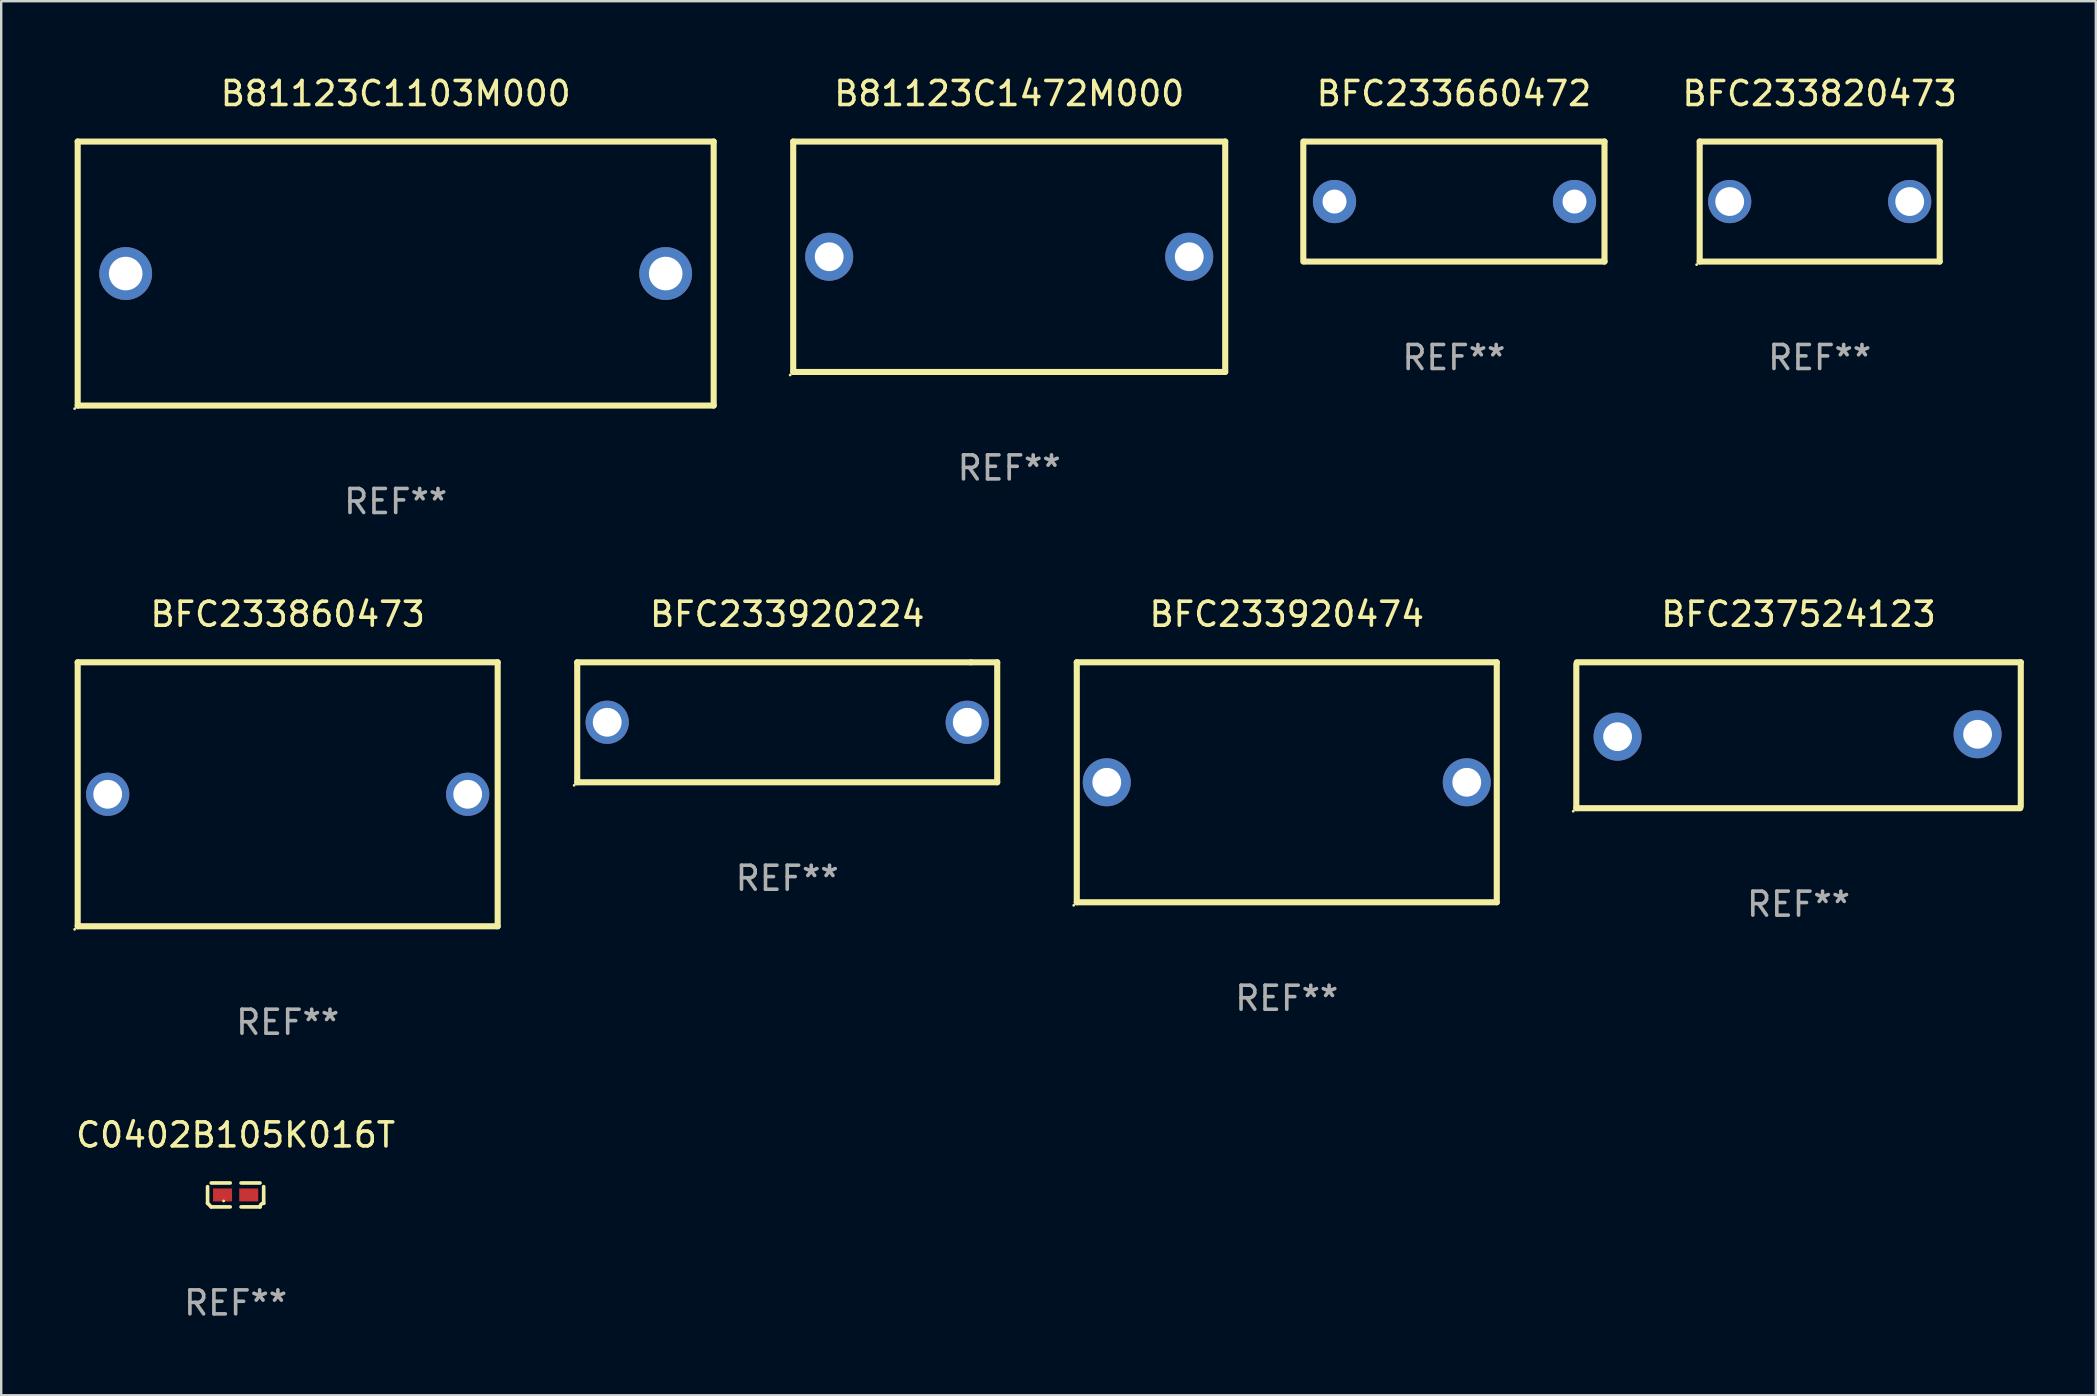
<source format=kicad_pcb>
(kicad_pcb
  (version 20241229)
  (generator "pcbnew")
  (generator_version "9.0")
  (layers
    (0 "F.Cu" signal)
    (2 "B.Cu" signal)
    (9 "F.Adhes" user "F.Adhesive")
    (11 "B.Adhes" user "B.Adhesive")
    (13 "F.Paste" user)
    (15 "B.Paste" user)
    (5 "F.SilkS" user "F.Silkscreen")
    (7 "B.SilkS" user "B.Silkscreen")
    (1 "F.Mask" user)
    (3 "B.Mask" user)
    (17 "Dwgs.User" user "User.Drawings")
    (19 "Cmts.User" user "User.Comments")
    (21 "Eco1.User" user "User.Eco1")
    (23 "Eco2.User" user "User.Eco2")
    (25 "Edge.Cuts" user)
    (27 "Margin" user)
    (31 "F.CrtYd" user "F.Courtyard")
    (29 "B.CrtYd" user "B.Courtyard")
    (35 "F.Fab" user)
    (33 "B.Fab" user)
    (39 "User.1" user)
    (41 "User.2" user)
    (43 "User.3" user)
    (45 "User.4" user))
  (footprint "BFC233860473"
    (layer "F.Cu")
    (at 8.937 30.045)
    (property "Reference" "BFC233860473" (at 0 -7.5 0) (layer "F.SilkS") (effects (font (size 1 1) (thickness 0.15))))
    (attr through_hole)
    (fp_line (start -8.75 -5.5) (end 8.75 -5.5) (stroke (width 0.254) (type solid)) (layer "F.SilkS"))
    (fp_line (start -8.75 5.5) (end -8.75 -5.5) (stroke (width 0.254) (type solid)) (layer "F.SilkS"))
    (fp_line (start 8.75 -5.5) (end 8.75 5.5) (stroke (width 0.254) (type solid)) (layer "F.SilkS"))
    (fp_line (start 8.75 5.5) (end -8.75 5.5) (stroke (width 0.254) (type solid)) (layer "F.SilkS"))
    (fp_circle (center -8.877 5.627) (end -8.847 5.627) (stroke (width 0.06) (type solid)) (fill no) (layer "F.SilkS"))
    (fp_text user "REF**" (at 0 9.5 0) (layer "F.Fab") (effects (font (size 1 1) (thickness 0.15))))
    (pad "1" thru_hole circle (at -7.5 0) (size 1.8 1.8) (drill 1.2) (layers "*.Cu" "*.Mask"))
    (pad "2" thru_hole circle (at 7.5 0) (size 1.8 1.8) (drill 1.2) (layers "*.Cu" "*.Mask")))
  (footprint "C0402B105K016T"
    (layer "F.Cu")
    (at 6.768 46.74)
    (property "Reference" "C0402B105K016T" (at 0 -2.499 0) (layer "F.SilkS") (effects (font (size 1 1) (thickness 0.15))))
    (attr through_hole)
    (fp_line (start -1.169 0.346) (end -1.169 -0.346) (stroke (width 0.152) (type solid)) (layer "F.SilkS"))
    (fp_line (start -1.016 -0.499) (end -0.226 -0.499) (stroke (width 0.152) (type solid)) (layer "F.SilkS"))
    (fp_line (start -0.226 0.499) (end -1.016 0.499) (stroke (width 0.152) (type solid)) (layer "F.SilkS"))
    (fp_line (start 0.226 0.499) (end 1.016 0.499) (stroke (width 0.152) (type solid)) (layer "F.SilkS"))
    (fp_line (start 1.016 -0.499) (end 0.226 -0.499) (stroke (width 0.152) (type solid)) (layer "F.SilkS"))
    (fp_line (start 1.169 0.346) (end 1.169 -0.346) (stroke (width 0.152) (type solid)) (layer "F.SilkS"))
    (fp_arc (start -1.016307 0.498603) (mid -1.092512 0.422405) (end -1.16871 0.3462) (stroke (width 0.1524) (type solid)) (layer "F.SilkS"))
    (fp_arc (start 1.016307 0.498603) (mid 1.060899 0.390758) (end 1.168707 0.346076) (stroke (width 0.1524) (type solid)) (layer "F.SilkS"))
    (fp_circle (center -0.5 0.25) (end -0.47 0.25) (stroke (width 0.06) (type solid)) (fill no) (layer "F.SilkS"))
    (fp_text user "REF**" (at 0 4.499 0) (layer "F.Fab") (effects (font (size 1 1) (thickness 0.15))))
    (pad "1" smd rect (at -0.545 0) (size 0.79 0.54) (layers "F.Cu" "F.Mask" "F.Paste"))
    (pad "2" smd rect (at 0.545 0) (size 0.79 0.54) (layers "F.Cu" "F.Mask" "F.Paste")))
  (footprint "BFC233820473"
    (layer "F.Cu")
    (at 72.771 5.348)
    (property "Reference" "BFC233820473" (at 0 -4.5 0) (layer "F.SilkS") (effects (font (size 1 1) (thickness 0.15))))
    (attr through_hole)
    (fp_line (start -5 -2.5) (end 5 -2.5) (stroke (width 0.254) (type solid)) (layer "F.SilkS"))
    (fp_line (start -5 2.5) (end -5 -2.5) (stroke (width 0.254) (type solid)) (layer "F.SilkS"))
    (fp_line (start 5 -2.5) (end 5 2.5) (stroke (width 0.254) (type solid)) (layer "F.SilkS"))
    (fp_line (start 5 2.5) (end -5 2.5) (stroke (width 0.254) (type solid)) (layer "F.SilkS"))
    (fp_circle (center -5.127 2.627) (end -5.097 2.627) (stroke (width 0.06) (type solid)) (fill no) (layer "F.SilkS"))
    (fp_text user "REF**" (at 0 6.5 0) (layer "F.Fab") (effects (font (size 1 1) (thickness 0.15))))
    (pad "1" thru_hole circle (at -3.75 0) (size 1.8 1.8) (drill 1.2) (layers "*.Cu" "*.Mask"))
    (pad "2" thru_hole circle (at 3.75 0) (size 1.8 1.8) (drill 1.2) (layers "*.Cu" "*.Mask")))
  (footprint "BFC237524123"
    (layer "F.Cu")
    (at 71.89 27.585)
    (property "Reference" "BFC237524123" (at 0 -5.04 0) (layer "F.SilkS") (effects (font (size 1 1) (thickness 0.15))))
    (attr through_hole)
    (fp_line (start -9.26 3.04) (end -9.26 -2.96) (stroke (width 0.254) (type solid)) (layer "F.SilkS"))
    (fp_line (start -9.24 -3.04) (end 9.26 -3.04) (stroke (width 0.254) (type solid)) (layer "F.SilkS"))
    (fp_line (start 9.24 3.04) (end -9.26 3.04) (stroke (width 0.254) (type solid)) (layer "F.SilkS"))
    (fp_line (start 9.26 -3.04) (end 9.26 2.96) (stroke (width 0.254) (type solid)) (layer "F.SilkS"))
    (fp_circle (center -9.387 3.167) (end -9.357 3.167) (stroke (width 0.06) (type solid)) (fill no) (layer "F.SilkS"))
    (fp_text user "REF**" (at 0 7.04 0) (layer "F.Fab") (effects (font (size 1 1) (thickness 0.15))))
    (pad "1" thru_hole circle (at -7.54 0.06) (size 2 2) (drill 1.2) (layers "*.Cu" "*.Mask"))
    (pad "2" thru_hole circle (at 7.46 -0.04) (size 2 2) (drill 1.2) (layers "*.Cu" "*.Mask")))
  (footprint "BFC233920474"
    (layer "F.Cu")
    (at 50.566 29.545)
    (property "Reference" "BFC233920474" (at 0 -7 0) (layer "F.SilkS") (effects (font (size 1 1) (thickness 0.15))))
    (attr through_hole)
    (fp_line (start -8.75 -5) (end 8.75 -5) (stroke (width 0.254) (type solid)) (layer "F.SilkS"))
    (fp_line (start -8.75 5) (end -8.75 -5) (stroke (width 0.254) (type solid)) (layer "F.SilkS"))
    (fp_line (start 8.75 -5) (end 8.75 5) (stroke (width 0.254) (type solid)) (layer "F.SilkS"))
    (fp_line (start 8.75 5) (end -8.75 5) (stroke (width 0.254) (type solid)) (layer "F.SilkS"))
    (fp_circle (center -8.877 5.127) (end -8.847 5.127) (stroke (width 0.06) (type solid)) (fill no) (layer "F.SilkS"))
    (fp_text user "REF**" (at 0 9 0) (layer "F.Fab") (effects (font (size 1 1) (thickness 0.15))))
    (pad "1" thru_hole circle (at -7.5 0) (size 2 2) (drill 1.2) (layers "*.Cu" "*.Mask"))
    (pad "2" thru_hole circle (at 7.5 0) (size 2 2) (drill 1.2) (layers "*.Cu" "*.Mask")))
  (footprint "B81123C1472M000"
    (layer "F.Cu")
    (at 39.001 7.648)
    (property "Reference" "B81123C1472M000" (at 0 -6.8 0) (layer "F.SilkS") (effects (font (size 1 1) (thickness 0.15))))
    (attr through_hole)
    (fp_line (start -9 -4.8) (end 9 -4.8) (stroke (width 0.254) (type solid)) (layer "F.SilkS"))
    (fp_line (start -9 4.8) (end -9 -4.8) (stroke (width 0.254) (type solid)) (layer "F.SilkS"))
    (fp_line (start 9 -4.8) (end 9 4.8) (stroke (width 0.254) (type solid)) (layer "F.SilkS"))
    (fp_line (start 9 4.8) (end -9 4.8) (stroke (width 0.254) (type solid)) (layer "F.SilkS"))
    (fp_circle (center -9.127 4.927) (end -9.097 4.927) (stroke (width 0.06) (type solid)) (fill no) (layer "F.SilkS"))
    (fp_text user "REF**" (at 0 8.8 0) (layer "F.Fab") (effects (font (size 1 1) (thickness 0.15))))
    (pad "1" thru_hole circle (at -7.501 0) (size 2 2) (drill 1.2) (layers "*.Cu" "*.Mask"))
    (pad "2" thru_hole circle (at 7.501 0) (size 2 2) (drill 1.2) (layers "*.Cu" "*.Mask")))
  (footprint "BFC233920224"
    (layer "F.Cu")
    (at 29.751 27.045)
    (property "Reference" "BFC233920224" (at 0 -4.5 0) (layer "F.SilkS") (effects (font (size 1 1) (thickness 0.15))))
    (attr through_hole)
    (fp_line (start -8.75 -2.499) (end 7.653 -2.499) (stroke (width 0.254) (type solid)) (layer "F.SilkS"))
    (fp_line (start -8.75 2.5) (end -8.75 -2.5) (stroke (width 0.254) (type solid)) (layer "F.SilkS"))
    (fp_line (start 7.653 -2.499) (end 8.75 -2.499) (stroke (width 0.254) (type solid)) (layer "F.SilkS"))
    (fp_line (start 8.75 -2.5) (end 8.75 2.5) (stroke (width 0.254) (type solid)) (layer "F.SilkS"))
    (fp_line (start 8.75 2.5) (end -8.75 2.5) (stroke (width 0.254) (type solid)) (layer "F.SilkS"))
    (fp_circle (center -8.877 2.627) (end -8.847 2.627) (stroke (width 0.06) (type solid)) (fill no) (layer "F.SilkS"))
    (fp_text user "REF**" (at 0 6.5 0) (layer "F.Fab") (effects (font (size 1 1) (thickness 0.15))))
    (pad "1" thru_hole circle (at -7.501 0) (size 1.8 1.8) (drill 1.2) (layers "*.Cu" "*.Mask"))
    (pad "2" thru_hole circle (at 7.501 0) (size 1.8 1.8) (drill 1.2) (layers "*.Cu" "*.Mask")))
  (footprint "B81123C1103M000"
    (layer "F.Cu")
    (at 13.437 8.348)
    (property "Reference" "B81123C1103M000" (at 0 -7.5 0) (layer "F.SilkS") (effects (font (size 1 1) (thickness 0.15))))
    (attr through_hole)
    (fp_line (start -13.25 -5.5) (end 13.25 -5.5) (stroke (width 0.254) (type solid)) (layer "F.SilkS"))
    (fp_line (start -13.25 5.5) (end -13.25 -5.5) (stroke (width 0.254) (type solid)) (layer "F.SilkS"))
    (fp_line (start 13.25 -5.5) (end 13.25 5.5) (stroke (width 0.254) (type solid)) (layer "F.SilkS"))
    (fp_line (start 13.25 5.5) (end -13.25 5.5) (stroke (width 0.254) (type solid)) (layer "F.SilkS"))
    (fp_circle (center -13.377 5.627) (end -13.347 5.627) (stroke (width 0.06) (type solid)) (fill no) (layer "F.SilkS"))
    (fp_text user "REF**" (at 0 9.5 0) (layer "F.Fab") (effects (font (size 1 1) (thickness 0.15))))
    (pad "1" thru_hole circle (at -11.25 0) (size 2.2 2.2) (drill 1.4) (layers "*.Cu" "*.Mask"))
    (pad "2" thru_hole circle (at 11.25 0) (size 2.2 2.2) (drill 1.4) (layers "*.Cu" "*.Mask")))
  (footprint "BFC233660472"
    (layer "F.Cu")
    (at 57.53 5.348)
    (property "Reference" "BFC233660472" (at 0 -4.5 0) (layer "F.SilkS") (effects (font (size 1 1) (thickness 0.15))))
    (attr through_hole)
    (fp_line (start -6.275 -2.5) (end -6.275 2.5) (stroke (width 0.254) (type solid)) (layer "F.SilkS"))
    (fp_line (start -6.225 -2.5) (end 6.275 -2.5) (stroke (width 0.254) (type solid)) (layer "F.SilkS"))
    (fp_line (start -6.225 2.5) (end 6.275 2.5) (stroke (width 0.254) (type solid)) (layer "F.SilkS"))
    (fp_line (start 6.275 -2.5) (end 6.275 2.5) (stroke (width 0.254) (type solid)) (layer "F.SilkS"))
    (fp_circle (center -6.225 2.5) (end -6.195 2.5) (stroke (width 0.06) (type solid)) (fill no) (layer "F.SilkS"))
    (fp_text user "REF**" (at 0 6.5 0) (layer "F.Fab") (effects (font (size 1 1) (thickness 0.15))))
    (pad "1" thru_hole circle (at -4.975 0) (size 1.8 1.8) (drill 1) (layers "*.Cu" "*.Mask"))
    (pad "2" thru_hole circle (at 5.025 0) (size 1.8 1.8) (drill 1) (layers "*.Cu" "*.Mask")))
  (gr_rect
    (start -3 -3)
    (end 84.277 55.087)
    (stroke (width 0.1) (type default))
    (fill no)
    (layer "Edge.Cuts")))
</source>
